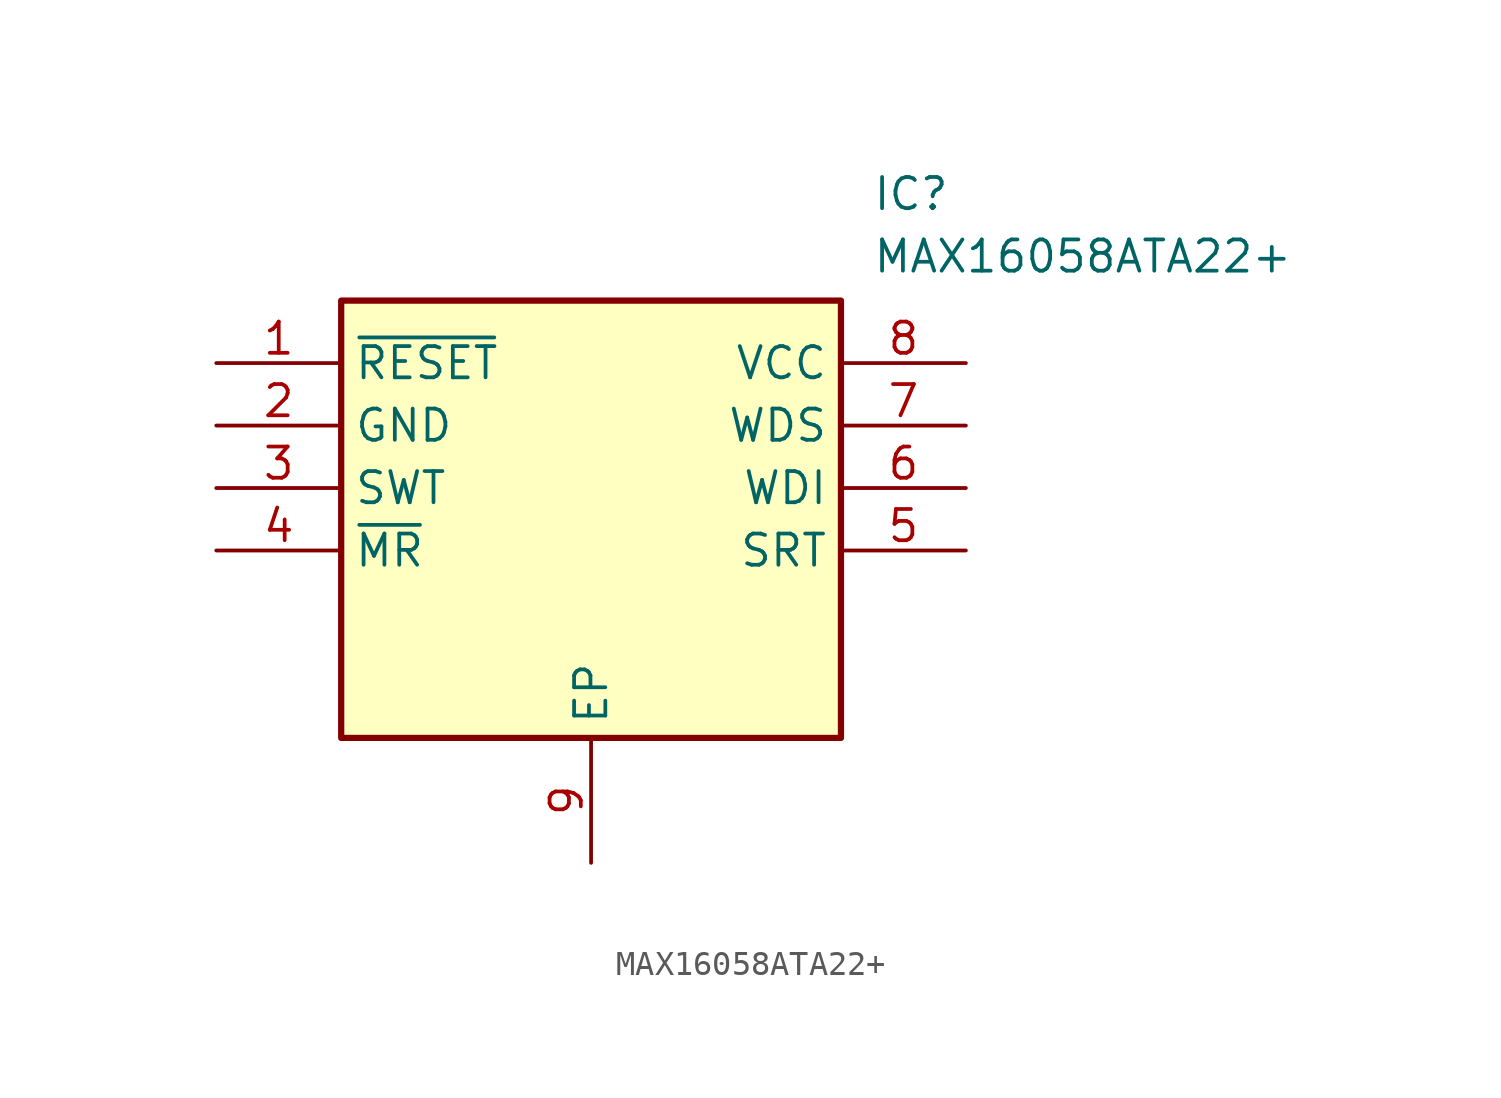
<source format=kicad_sym>
(kicad_symbol_lib
  (version 20211014)
  (generator SamacSys_ECAD_Model)
  (symbol "MAX16058ATA22+"
    (property "Reference" "IC"
      (at 26.67 7.62 0)
      (effects (font (size 1.27 1.27)) (justify left top)))
    (property "Value" "MAX16058ATA22+"
      (at 26.67 5.08 0)
      (effects (font (size 1.27 1.27)) (justify left top)))
    (rectangle
      (start 5.08 2.54)
      (end 25.4 -15.24)
      (stroke (width 0.254) (type default))
      (fill (type background)))
    (pin passive line
      (at 0 0 0)
      (length 5.08)
      (name "~{RESET}" (effects (font (size 1.27 1.27))))
      (number "1" (effects (font (size 1.27 1.27)))))
    (pin passive line
      (at 0 -2.54 0)
      (length 5.08)
      (name "GND" (effects (font (size 1.27 1.27))))
      (number "2" (effects (font (size 1.27 1.27)))))
    (pin passive line
      (at 0 -5.08 0)
      (length 5.08)
      (name "SWT" (effects (font (size 1.27 1.27))))
      (number "3" (effects (font (size 1.27 1.27)))))
    (pin passive line
      (at 0 -7.62 0)
      (length 5.08)
      (name "~{MR}" (effects (font (size 1.27 1.27))))
      (number "4" (effects (font (size 1.27 1.27)))))
    (pin passive line
      (at 15.24 -20.32 90)
      (length 5.08)
      (name "EP" (effects (font (size 1.27 1.27))))
      (number "9" (effects (font (size 1.27 1.27)))))
    (pin passive line
      (at 30.48 0 180)
      (length 5.08)
      (name "VCC" (effects (font (size 1.27 1.27))))
      (number "8" (effects (font (size 1.27 1.27)))))
    (pin passive line
      (at 30.48 -2.54 180)
      (length 5.08)
      (name "WDS" (effects (font (size 1.27 1.27))))
      (number "7" (effects (font (size 1.27 1.27)))))
    (pin passive line
      (at 30.48 -5.08 180)
      (length 5.08)
      (name "WDI" (effects (font (size 1.27 1.27))))
      (number "6" (effects (font (size 1.27 1.27)))))
    (pin passive line
      (at 30.48 -7.62 180)
      (length 5.08)
      (name "SRT" (effects (font (size 1.27 1.27))))
      (number "5" (effects (font (size 1.27 1.27)))))))
</source>
